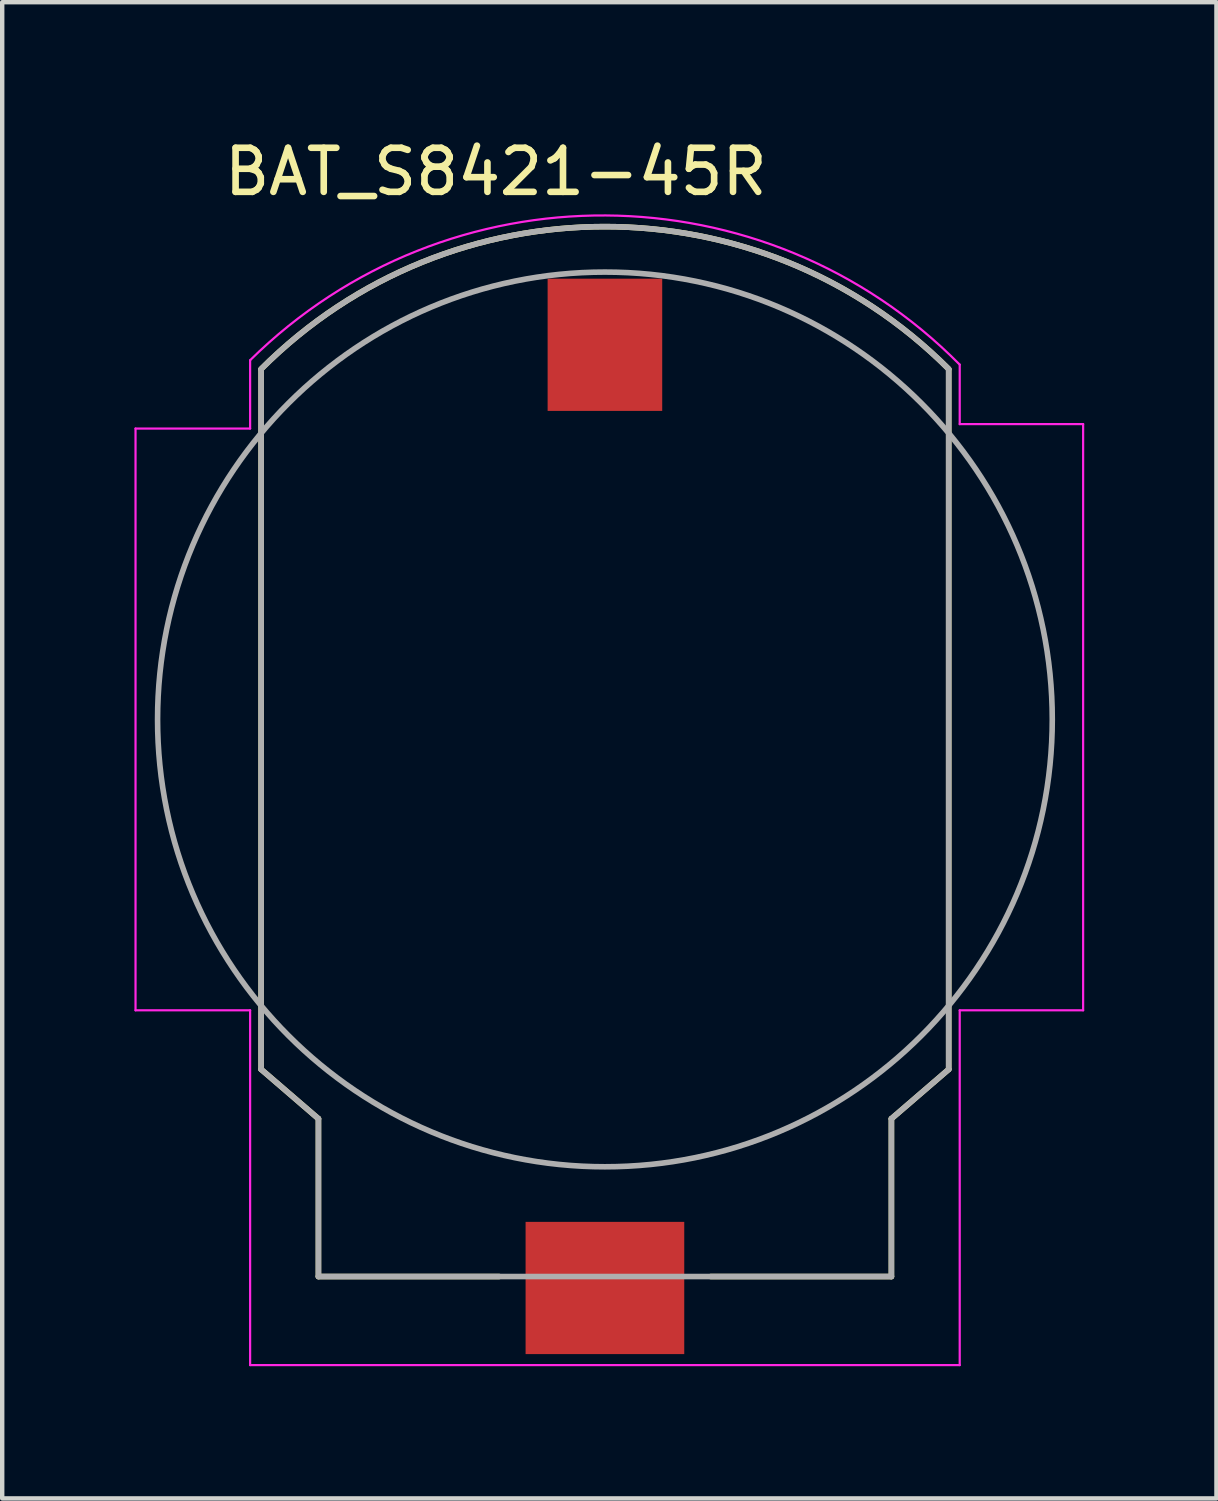
<source format=kicad_pcb>
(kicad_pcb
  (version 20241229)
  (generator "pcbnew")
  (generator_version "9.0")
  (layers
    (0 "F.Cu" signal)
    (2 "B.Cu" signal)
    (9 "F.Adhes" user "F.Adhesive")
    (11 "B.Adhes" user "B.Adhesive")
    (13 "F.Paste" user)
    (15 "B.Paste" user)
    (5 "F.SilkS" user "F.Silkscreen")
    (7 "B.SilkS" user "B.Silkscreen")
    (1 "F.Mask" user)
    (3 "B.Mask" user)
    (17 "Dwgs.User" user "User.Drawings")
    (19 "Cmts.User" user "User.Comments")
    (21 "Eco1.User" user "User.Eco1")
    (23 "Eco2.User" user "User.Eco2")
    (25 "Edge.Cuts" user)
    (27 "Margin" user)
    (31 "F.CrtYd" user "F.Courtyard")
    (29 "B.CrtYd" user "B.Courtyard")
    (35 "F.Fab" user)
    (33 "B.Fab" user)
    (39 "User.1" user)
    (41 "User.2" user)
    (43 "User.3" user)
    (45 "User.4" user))
  (footprint "BAT_S8421-45R"
    (layer "F.Cu")
    (at 10.675 13.273)
    (property "Reference" "BAT_S8421-45R" (at -2.475 -12.425 0) (layer "F.SilkS") (effects (font (size 1 1) (thickness 0.15))))
    (attr smd)
    (fp_line (start -7.8 7.94) (end -7.8 -7.94) (stroke (width 0.127) (type solid)) (layer "F.SilkS"))
    (fp_line (start -6.5 9.06) (end -7.8 7.94) (stroke (width 0.127) (type solid)) (layer "F.SilkS"))
    (fp_line (start -6.5 12.64) (end -6.5 9.06) (stroke (width 0.127) (type solid)) (layer "F.SilkS"))
    (fp_line (start -2.4 12.64) (end -6.5 12.64) (stroke (width 0.127) (type solid)) (layer "F.SilkS"))
    (fp_line (start 6.5 9.06) (end 6.5 12.64) (stroke (width 0.127) (type solid)) (layer "F.SilkS"))
    (fp_line (start 6.5 12.64) (end 2.4 12.64) (stroke (width 0.127) (type solid)) (layer "F.SilkS"))
    (fp_line (start 7.8 -7.94) (end 7.8 7.94) (stroke (width 0.127) (type solid)) (layer "F.SilkS"))
    (fp_line (start 7.8 7.94) (end 6.5 9.06) (stroke (width 0.127) (type solid)) (layer "F.SilkS"))
    (fp_arc (start -7.8 -7.95) (mid 0 -11.180866) (end 7.8 -7.95) (stroke (width 0.127) (type solid)) (layer "F.SilkS"))
    (fp_line (start -10.65 -6.6) (end -10.65 6.6) (stroke (width 0.05) (type solid)) (layer "F.CrtYd"))
    (fp_line (start -10.65 6.6) (end -8.05 6.6) (stroke (width 0.05) (type solid)) (layer "F.CrtYd"))
    (fp_line (start -8.05 -8.15) (end -8.05 -6.6) (stroke (width 0.05) (type solid)) (layer "F.CrtYd"))
    (fp_line (start -8.05 -6.6) (end -10.65 -6.6) (stroke (width 0.05) (type solid)) (layer "F.CrtYd"))
    (fp_line (start -8.05 6.6) (end -8.05 14.65) (stroke (width 0.05) (type solid)) (layer "F.CrtYd"))
    (fp_line (start -8.05 14.65) (end 8.05 14.65) (stroke (width 0.05) (type solid)) (layer "F.CrtYd"))
    (fp_line (start 8.05 -6.7) (end 8.05 -8.05) (stroke (width 0.05) (type solid)) (layer "F.CrtYd"))
    (fp_line (start 8.05 6.6) (end 10.85 6.6) (stroke (width 0.05) (type solid)) (layer "F.CrtYd"))
    (fp_line (start 8.05 14.65) (end 8.05 6.6) (stroke (width 0.05) (type solid)) (layer "F.CrtYd"))
    (fp_line (start 10.85 -6.7) (end 8.05 -6.7) (stroke (width 0.05) (type solid)) (layer "F.CrtYd"))
    (fp_line (start 10.85 6.6) (end 10.85 -6.7) (stroke (width 0.05) (type solid)) (layer "F.CrtYd"))
    (fp_arc (start -8.05 -8.15) (mid 0.020711 -11.434419) (end 8.05 -8.05) (stroke (width 0.05) (type solid)) (layer "F.CrtYd"))
    (fp_line (start -7.8 7.94) (end -7.8 -7.94) (stroke (width 0.127) (type solid)) (layer "F.Fab"))
    (fp_line (start -6.5 9.06) (end -7.8 7.94) (stroke (width 0.127) (type solid)) (layer "F.Fab"))
    (fp_line (start -6.5 12.64) (end -6.5 9.06) (stroke (width 0.127) (type solid)) (layer "F.Fab"))
    (fp_line (start 6.5 9.06) (end 6.5 12.64) (stroke (width 0.127) (type solid)) (layer "F.Fab"))
    (fp_line (start 6.5 12.64) (end -6.5 12.64) (stroke (width 0.127) (type solid)) (layer "F.Fab"))
    (fp_line (start 7.8 -7.94) (end 7.8 7.94) (stroke (width 0.127) (type solid)) (layer "F.Fab"))
    (fp_line (start 7.8 7.94) (end 6.5 9.06) (stroke (width 0.127) (type solid)) (layer "F.Fab"))
    (fp_arc (start -7.8 -7.95) (mid 0 -11.180866) (end 7.8 -7.95) (stroke (width 0.127) (type solid)) (layer "F.Fab"))
    (fp_circle (center 0 0) (end 10.15 0) (stroke (width 0.127) (type solid)) (fill no) (layer "F.Fab"))
    (pad "+" smd rect (at 0 12.9) (size 3.6 3) (layers "F.Cu" "F.Mask" "F.Paste"))
    (pad "-" smd rect (at 0 -8.5) (size 2.6 3) (layers "F.Cu" "F.Mask" "F.Paste")))
  (gr_rect
    (start -3 -3)
    (end 24.55 30.948)
    (stroke (width 0.1) (type default))
    (fill no)
    (layer "Edge.Cuts")))
</source>
